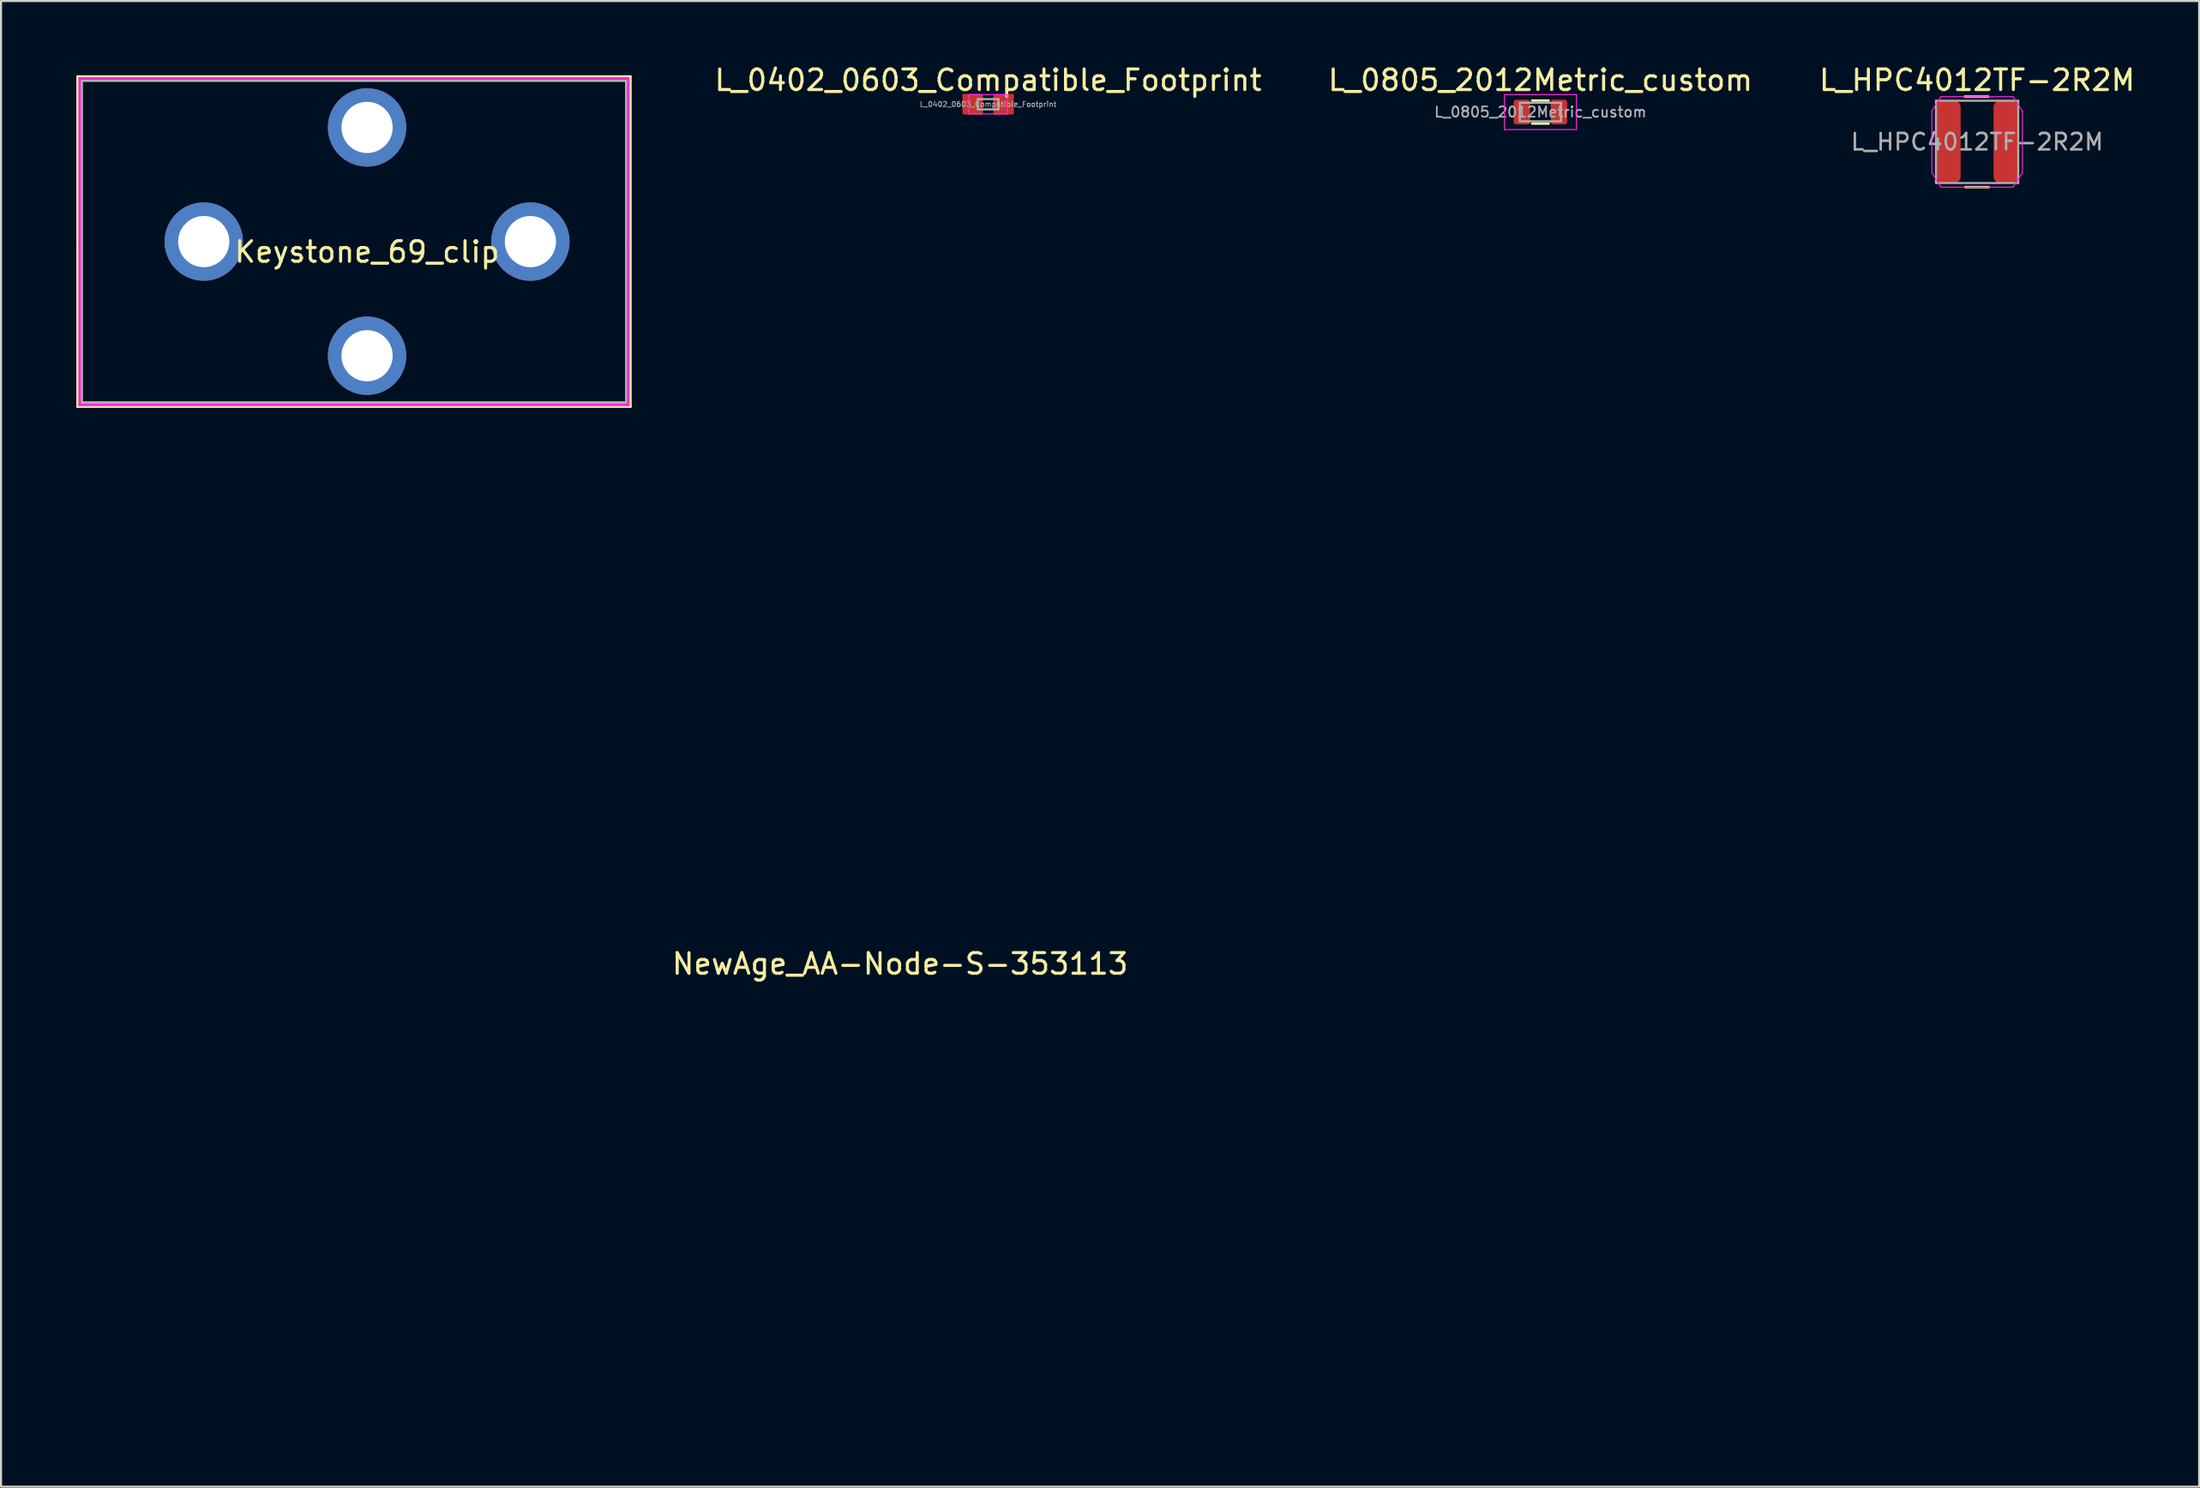
<source format=kicad_pcb>
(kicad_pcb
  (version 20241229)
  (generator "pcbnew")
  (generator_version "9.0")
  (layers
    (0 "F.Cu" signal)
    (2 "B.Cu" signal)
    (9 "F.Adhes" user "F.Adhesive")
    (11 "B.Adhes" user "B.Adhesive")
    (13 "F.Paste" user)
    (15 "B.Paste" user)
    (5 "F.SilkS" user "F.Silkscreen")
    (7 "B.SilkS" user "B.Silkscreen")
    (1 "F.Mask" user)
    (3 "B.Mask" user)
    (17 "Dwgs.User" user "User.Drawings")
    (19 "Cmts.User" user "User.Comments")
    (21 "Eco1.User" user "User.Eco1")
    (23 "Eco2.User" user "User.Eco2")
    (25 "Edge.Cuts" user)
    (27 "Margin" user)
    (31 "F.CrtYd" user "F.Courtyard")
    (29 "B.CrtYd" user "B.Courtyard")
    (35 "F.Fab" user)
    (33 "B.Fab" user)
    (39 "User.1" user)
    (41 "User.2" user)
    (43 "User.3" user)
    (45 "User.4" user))
  (footprint "L_HPC4012TF-2R2M"
    (layer "F.Cu")
    (at 93.05 3.848)
    (property "Reference" "L_HPC4012TF-2R2M" (at 0 -3 0) (layer "F.SilkS") (effects (font (size 1 1) (thickness 0.15))))
    (attr smd)
    (fp_line (start -0.6 -2.2) (end 0.54 -2.2) (stroke (width 0.12) (type solid)) (layer "F.SilkS"))
    (fp_line (start -0.57 2.2) (end 0.57 2.2) (stroke (width 0.12) (type solid)) (layer "F.SilkS"))
    (fp_line (start -2.2 -1.5) (end -2.2 1.5) (stroke (width 0.05) (type solid)) (layer "F.CrtYd"))
    (fp_line (start -1.75 -2.2) (end -2.2 -1.5) (stroke (width 0.05) (type solid)) (layer "F.CrtYd"))
    (fp_line (start -1.75 -2.2) (end 1.75 -2.2) (stroke (width 0.05) (type solid)) (layer "F.CrtYd"))
    (fp_line (start -1.75 2.2) (end -2.2 1.5) (stroke (width 0.05) (type solid)) (layer "F.CrtYd"))
    (fp_line (start -1.75 2.2) (end 1.75 2.2) (stroke (width 0.05) (type solid)) (layer "F.CrtYd"))
    (fp_line (start 1.75 -2.2) (end 2.2 -1.5) (stroke (width 0.05) (type solid)) (layer "F.CrtYd"))
    (fp_line (start 1.75 2.2) (end 2.2 1.5) (stroke (width 0.05) (type solid)) (layer "F.CrtYd"))
    (fp_line (start 2.2 -1.5) (end 2.2 1.5) (stroke (width 0.05) (type solid)) (layer "F.CrtYd"))
    (fp_line (start -2 -2) (end 2 -2) (stroke (width 0.1) (type solid)) (layer "F.Fab"))
    (fp_line (start -2 2) (end -2 -2) (stroke (width 0.1) (type solid)) (layer "F.Fab"))
    (fp_line (start 2 -2) (end 2 2) (stroke (width 0.1) (type solid)) (layer "F.Fab"))
    (fp_line (start 2 2) (end -2 2) (stroke (width 0.1) (type solid)) (layer "F.Fab"))
    (fp_text user "${REFERENCE}" (at 0 0 0) (layer "F.Fab") (effects (font (size 0.8 0.8) (thickness 0.12))))
    (pad "1" smd roundrect (at -1.4 0) (size 1.2 4) (layers "F.Cu" "F.Mask" "F.Paste") (roundrect_rratio 0.25))
    (pad "2" smd roundrect (at 1.4 0) (size 1.2 4) (layers "F.Cu" "F.Mask" "F.Paste") (roundrect_rratio 0.25)))
  (footprint "L_0805_2012Metric_custom"
    (layer "F.Cu")
    (at 71.824 2.398)
    (property "Reference" "L_0805_2012Metric_custom" (at 0 -1.55 0) (layer "F.SilkS") (effects (font (size 1 1) (thickness 0.15))))
    (attr smd)
    (fp_line (start -0.4 -0.56) (end 0.4 -0.56) (stroke (width 0.12) (type solid)) (layer "F.SilkS"))
    (fp_line (start -0.4 0.56) (end 0.4 0.56) (stroke (width 0.12) (type solid)) (layer "F.SilkS"))
    (fp_line (start -1.75 -0.85) (end 1.75 -0.85) (stroke (width 0.05) (type solid)) (layer "F.CrtYd"))
    (fp_line (start -1.75 0.85) (end -1.75 -0.85) (stroke (width 0.05) (type solid)) (layer "F.CrtYd"))
    (fp_line (start 1.75 -0.85) (end 1.75 0.85) (stroke (width 0.05) (type solid)) (layer "F.CrtYd"))
    (fp_line (start 1.75 0.85) (end -1.75 0.85) (stroke (width 0.05) (type solid)) (layer "F.CrtYd"))
    (fp_line (start -1 -0.45) (end 1 -0.45) (stroke (width 0.1) (type solid)) (layer "F.Fab"))
    (fp_line (start -1 0.45) (end -1 -0.45) (stroke (width 0.1) (type solid)) (layer "F.Fab"))
    (fp_line (start 1 -0.45) (end 1 0.45) (stroke (width 0.1) (type solid)) (layer "F.Fab"))
    (fp_line (start 1 0.45) (end -1 0.45) (stroke (width 0.1) (type solid)) (layer "F.Fab"))
    (fp_text user "${REFERENCE}" (at 0 0 0) (layer "F.Fab") (effects (font (size 0.5 0.5) (thickness 0.08))))
    (pad "1" smd roundrect (at -0.9 0) (size 0.8 1.2) (layers "F.Cu" "F.Mask" "F.Paste") (roundrect_rratio 0.15))
    (pad "2" smd roundrect (at 0.9 0) (size 0.8 1.2) (layers "F.Cu" "F.Mask" "F.Paste") (roundrect_rratio 0.15)))
  (footprint "Keystone_69_clip"
    (layer "F.Cu")
    (at 14.792 8.696)
    (property "Reference" "Keystone_69_clip" (at 0 0.5 0) (layer "F.SilkS") (effects (font (size 1 1) (thickness 0.15))))
    (attr through_hole)
    (fp_line (start -14.072 -8.026) (end 12.802 -8.026) (stroke (width 0.12) (type solid)) (layer "F.SilkS"))
    (fp_line (start -14.072 8.026) (end -14.072 -8.026) (stroke (width 0.12) (type solid)) (layer "F.SilkS"))
    (fp_line (start 12.802 -8.026) (end 12.802 8.026) (stroke (width 0.12) (type solid)) (layer "F.SilkS"))
    (fp_line (start 12.802 8.026) (end -14.072 8.026) (stroke (width 0.12) (type solid)) (layer "F.SilkS"))
    (fp_line (start -14.732 0) (end 13.716 0) (stroke (width 0.12) (type solid)) (layer "Eco1.User"))
    (fp_line (start 0 -8.636) (end 0 8.636) (stroke (width 0.12) (type solid)) (layer "Eco1.User"))
    (fp_line (start -13.97 -7.938) (end 12.7 -7.938) (stroke (width 0.12) (type solid)) (layer "F.CrtYd"))
    (fp_line (start -13.97 0) (end -13.97 -7.938) (stroke (width 0.12) (type solid)) (layer "F.CrtYd"))
    (fp_line (start -13.97 0) (end -13.97 7.938) (stroke (width 0.12) (type solid)) (layer "F.CrtYd"))
    (fp_line (start 12.7 0) (end 12.7 -7.938) (stroke (width 0.12) (type solid)) (layer "F.CrtYd"))
    (fp_line (start 12.7 0) (end 12.7 7.938) (stroke (width 0.12) (type solid)) (layer "F.CrtYd"))
    (fp_line (start 12.7 7.938) (end -13.97 7.938) (stroke (width 0.12) (type solid)) (layer "F.CrtYd"))
    (fp_line (start -13.868 -7.823) (end -13.868 7.823) (stroke (width 0.12) (type solid)) (layer "F.Fab"))
    (fp_line (start -13.868 7.823) (end 12.598 7.823) (stroke (width 0.12) (type solid)) (layer "F.Fab"))
    (fp_line (start 12.598 -7.823) (end -13.868 -7.823) (stroke (width 0.12) (type solid)) (layer "F.Fab"))
    (fp_line (start 12.598 7.823) (end 12.598 -7.823) (stroke (width 0.12) (type solid)) (layer "F.Fab"))
    (pad "" smd circle (at -7.938 0) (size 3.81 3.81) (layers "F.Mask" "F.Paste"))
    (pad "" smd circle (at 0 -5.55) (size 3.81 3.81) (layers "F.Mask" "F.Paste"))
    (pad "" smd circle (at 0 5.55) (size 3.81 3.81) (layers "F.Mask" "F.Paste"))
    (pad "" smd circle (at 7.938 0) (size 3.81 3.81) (layers "F.Mask" "F.Paste"))
    (pad "1" thru_hole circle (at -7.938 0) (size 3.81 3.81) (drill 2.489) (layers "*.Cu" "*.Mask" "F.Paste"))
    (pad "1" thru_hole circle (at 0 -5.55) (size 3.81 3.81) (drill 2.489) (layers "*.Cu" "*.Mask"))
    (pad "1" thru_hole circle (at 0 5.55) (size 3.81 3.81) (drill 2.489) (layers "*.Cu" "*.Mask"))
    (pad "1" thru_hole circle (at 7.938 0) (size 3.81 3.81) (drill 2.489) (layers "*.Cu" "*.Mask")))
  (footprint "L_0402_0603_Compatible_Footprint"
    (layer "F.Cu")
    (at 44.979 2.018)
    (property "Reference" "L_0402_0603_Compatible_Footprint" (at 0 -1.17 0) (layer "F.SilkS") (effects (font (size 1 1) (thickness 0.15))))
    (attr smd)
    (fp_line (start -0.93 -0.47) (end 0.93 -0.47) (stroke (width 0.05) (type solid)) (layer "F.CrtYd"))
    (fp_line (start -0.93 0.47) (end -0.93 -0.47) (stroke (width 0.05) (type solid)) (layer "F.CrtYd"))
    (fp_line (start 0.93 -0.47) (end 0.93 0.47) (stroke (width 0.05) (type solid)) (layer "F.CrtYd"))
    (fp_line (start 0.93 0.47) (end -0.93 0.47) (stroke (width 0.05) (type solid)) (layer "F.CrtYd"))
    (fp_line (start -0.5 -0.25) (end 0.5 -0.25) (stroke (width 0.1) (type solid)) (layer "F.Fab"))
    (fp_line (start -0.5 0.25) (end -0.5 -0.25) (stroke (width 0.1) (type solid)) (layer "F.Fab"))
    (fp_line (start 0.5 -0.25) (end 0.5 0.25) (stroke (width 0.1) (type solid)) (layer "F.Fab"))
    (fp_line (start 0.5 0.25) (end -0.5 0.25) (stroke (width 0.1) (type solid)) (layer "F.Fab"))
    (fp_text user "${REFERENCE}" (at 0 0 0) (layer "F.Fab") (effects (font (size 0.25 0.25) (thickness 0.04))))
    (pad "1" smd roundrect (at -0.75 0) (size 1 1) (layers "F.Cu" "F.Mask" "F.Paste") (roundrect_rratio 0.05))
    (pad "2" smd roundrect (at 0.75 0) (size 1 1) (layers "F.Cu" "F.Mask" "F.Paste") (roundrect_rratio 0.05)))
  (footprint "NewAge_AA-Node-S-353113"
    (layer "F.Cu")
    (at 40.7 43.312)
    (property "Reference" "NewAge_AA-Node-S-353113" (at 0 0.5 0) (layer "F.SilkS") (effects (font (size 1 1) (thickness 0.15))))
    (attr through_hole)
    (fp_line (start -38.913 -13.335) (end -38.913 13.335) (stroke (width 0.12) (type solid)) (layer "Eco1.User"))
    (fp_line (start -38.913 -13.335) (end -31.115 -21.133) (stroke (width 0.12) (type solid)) (layer "Eco1.User"))
    (fp_line (start -38.913 13.335) (end -31.115 21.133) (stroke (width 0.12) (type solid)) (layer "Eco1.User"))
    (fp_line (start -31.115 -21.133) (end 31.115 -21.133) (stroke (width 0.12) (type solid)) (layer "Eco1.User"))
    (fp_line (start 0 -22.86) (end 0 22.86) (stroke (width 0.12) (type solid)) (layer "Eco1.User"))
    (fp_line (start 0 0) (end -40.64 0) (stroke (width 0.12) (type solid)) (layer "Eco1.User"))
    (fp_line (start 31.115 21.133) (end -31.115 21.133) (stroke (width 0.12) (type solid)) (layer "Eco1.User"))
    (fp_line (start 38.913 -13.335) (end 31.115 -21.133) (stroke (width 0.12) (type solid)) (layer "Eco1.User"))
    (fp_line (start 38.913 -13.335) (end 38.913 13.335) (stroke (width 0.12) (type solid)) (layer "Eco1.User"))
    (fp_line (start 38.913 13.335) (end 31.115 21.133) (stroke (width 0.12) (type solid)) (layer "Eco1.User"))
    (fp_line (start 40.64 0) (end 0 0) (stroke (width 0.12) (type solid)) (layer "Eco1.User"))
    (fp_circle (center -34.925 -13.335) (end -33.401 -13.335) (stroke (width 0.12) (type solid)) (fill no) (layer "Eco1.User"))
    (fp_circle (center -34.925 13.335) (end -33.401 13.335) (stroke (width 0.12) (type solid)) (fill no) (layer "Eco1.User"))
    (fp_circle (center 34.925 -13.335) (end 36.449 -13.335) (stroke (width 0.12) (type solid)) (fill no) (layer "Eco1.User"))
    (fp_circle (center 34.925 13.335) (end 36.449 13.335) (stroke (width 0.12) (type solid)) (fill no) (layer "Eco1.User")))
  (gr_rect
    (start -3 -3)
    (end 103.842 69.232)
    (stroke (width 0.1) (type default))
    (fill no)
    (layer "Edge.Cuts")))
</source>
